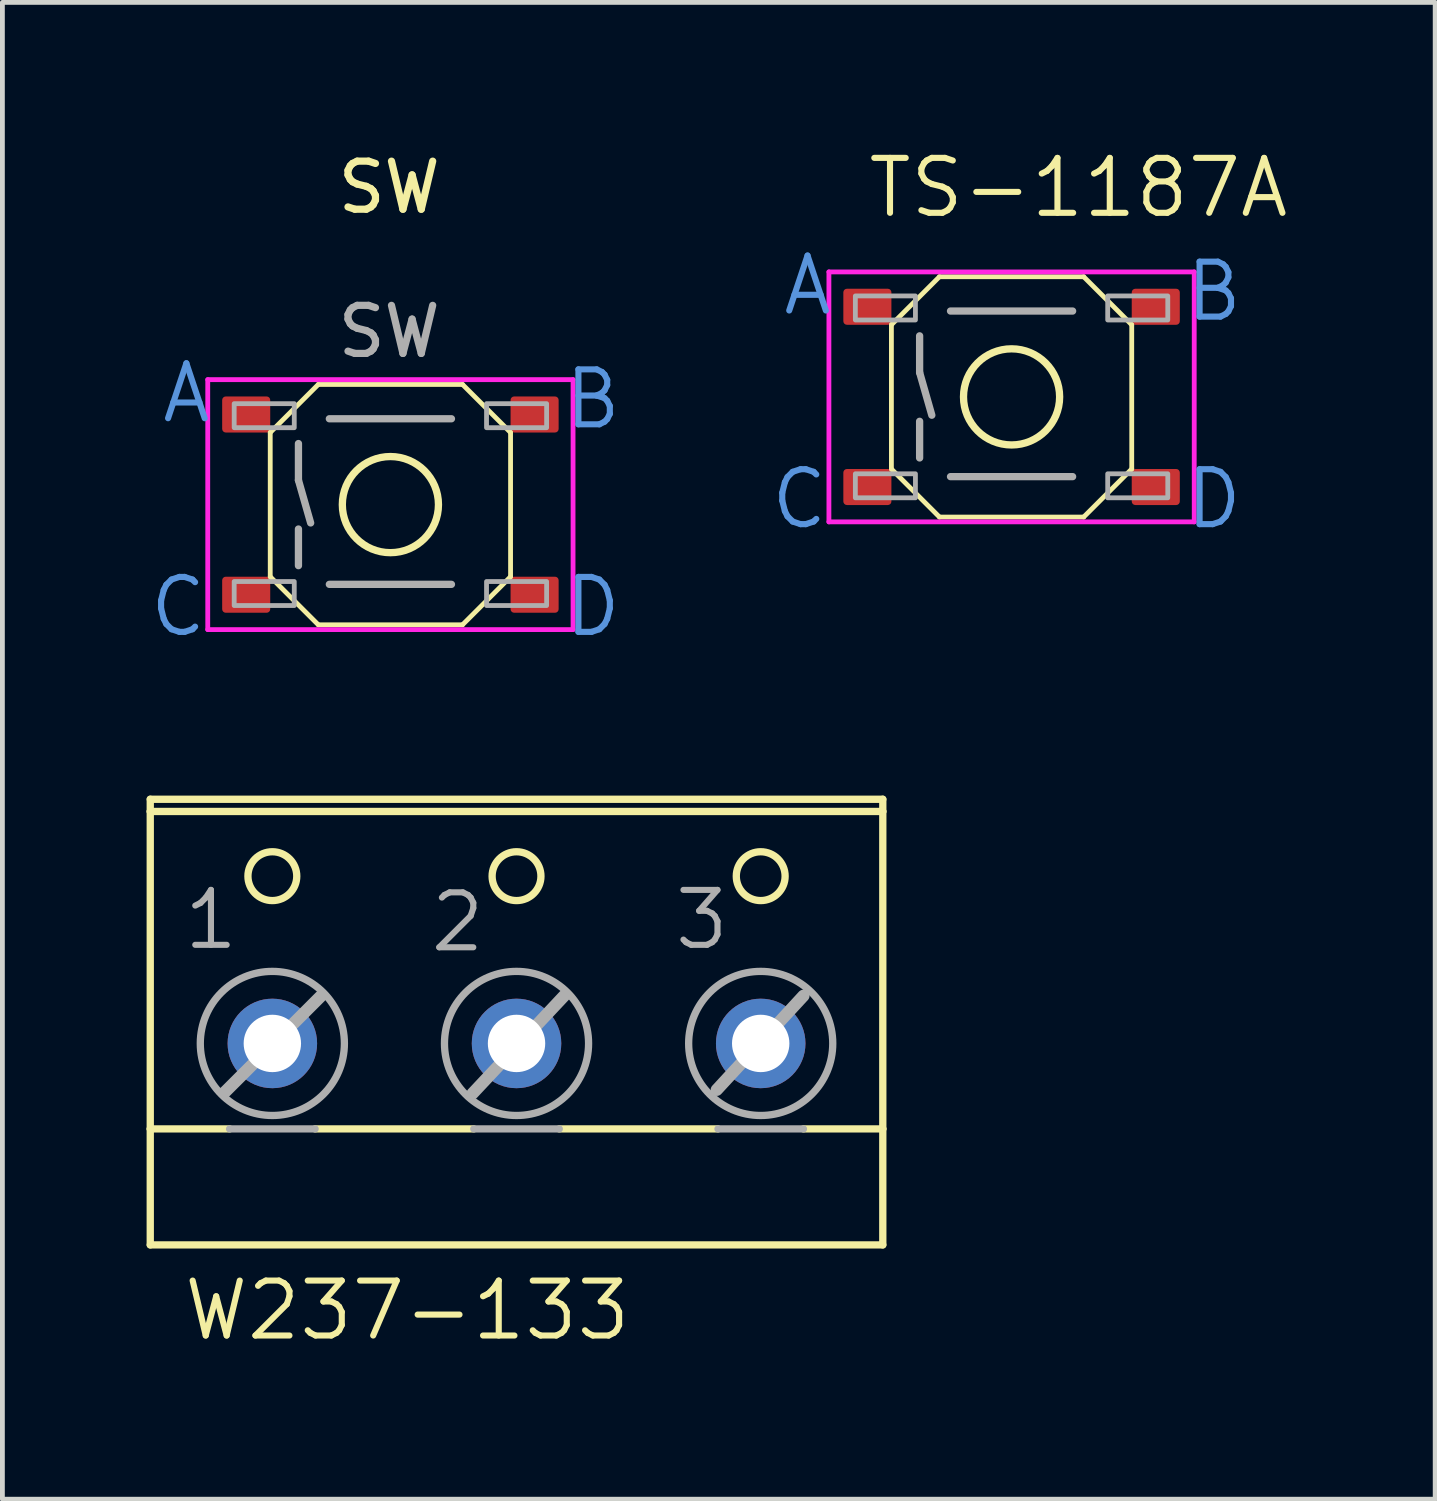
<source format=kicad_pcb>
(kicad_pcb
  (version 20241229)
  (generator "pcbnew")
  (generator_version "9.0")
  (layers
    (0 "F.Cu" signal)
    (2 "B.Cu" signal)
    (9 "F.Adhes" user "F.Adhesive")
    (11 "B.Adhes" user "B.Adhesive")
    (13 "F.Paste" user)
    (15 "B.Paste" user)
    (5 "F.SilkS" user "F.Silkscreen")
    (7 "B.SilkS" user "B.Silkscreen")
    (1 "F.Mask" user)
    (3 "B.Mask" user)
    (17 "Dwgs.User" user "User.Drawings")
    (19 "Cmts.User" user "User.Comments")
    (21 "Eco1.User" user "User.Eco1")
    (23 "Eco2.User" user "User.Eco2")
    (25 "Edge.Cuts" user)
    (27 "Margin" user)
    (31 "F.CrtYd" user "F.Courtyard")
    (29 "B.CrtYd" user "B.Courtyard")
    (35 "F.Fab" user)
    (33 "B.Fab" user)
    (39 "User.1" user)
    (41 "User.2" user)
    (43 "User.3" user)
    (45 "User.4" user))
  (footprint "TS-1187A"
    (layer "F.Cu")
    (at 17.995 5.207)
    (property "Reference" "TS-1187A" (at -3.048 -3.683 0) (layer "F.SilkS") (effects (font (size 1.143 1.143) (thickness 0.127)) (justify left bottom)))
    (fp_line (start -2.5 -1.5) (end -2.5 1.5) (stroke (width 0.1) (type solid)) (layer "F.SilkS"))
    (fp_line (start -2.5 -1.5) (end -1.5 -2.5) (stroke (width 0.1) (type solid)) (layer "F.SilkS"))
    (fp_line (start -2.5 1.5) (end -1.5 2.5) (stroke (width 0.1) (type solid)) (layer "F.SilkS"))
    (fp_line (start 1.5 -2.5) (end -1.5 -2.5) (stroke (width 0.1) (type solid)) (layer "F.SilkS"))
    (fp_line (start 1.5 -2.5) (end 2.5 -1.5) (stroke (width 0.1) (type solid)) (layer "F.SilkS"))
    (fp_line (start 1.5 2.5) (end -1.5 2.5) (stroke (width 0.1) (type solid)) (layer "F.SilkS"))
    (fp_line (start 1.5 2.5) (end 2.5 1.5) (stroke (width 0.1) (type solid)) (layer "F.SilkS"))
    (fp_line (start 2.5 -1.5) (end 2.5 1.5) (stroke (width 0.1) (type solid)) (layer "F.SilkS"))
    (fp_circle (center 0 0) (end 1 0) (stroke (width 0.152) (type solid)) (fill no) (layer "F.SilkS"))
    (fp_line (start -3.8 -2.6) (end -3.8 2.6) (stroke (width 0.1) (type solid)) (layer "F.CrtYd"))
    (fp_line (start -3.8 2.6) (end 3.8 2.6) (stroke (width 0.1) (type solid)) (layer "F.CrtYd"))
    (fp_line (start 3.8 -2.6) (end -3.8 -2.6) (stroke (width 0.1) (type solid)) (layer "F.CrtYd"))
    (fp_line (start 3.8 2.6) (end 3.8 -2.6) (stroke (width 0.1) (type solid)) (layer "F.CrtYd"))
    (fp_line (start -1.913 -1.27) (end -1.913 -0.508) (stroke (width 0.152) (type solid)) (layer "F.Fab"))
    (fp_line (start -1.913 -0.508) (end -1.659 0.381) (stroke (width 0.152) (type solid)) (layer "F.Fab"))
    (fp_line (start -1.913 0.508) (end -1.913 1.27) (stroke (width 0.152) (type solid)) (layer "F.Fab"))
    (fp_line (start -1.27 1.659) (end 1.27 1.659) (stroke (width 0.152) (type solid)) (layer "F.Fab"))
    (fp_line (start 1.27 -1.786) (end -1.27 -1.786) (stroke (width 0.152) (type solid)) (layer "F.Fab"))
    (fp_poly (pts (xy -3.25 -1.6) (xy -2 -1.6) (xy -2 -2.1) (xy -3.25 -2.1)) (stroke (width 0.1) (type solid)) (fill no) (layer "F.Fab"))
    (fp_poly (pts (xy -2 1.6) (xy -3.25 1.6) (xy -3.25 2.1) (xy -2 2.1)) (stroke (width 0.1) (type solid)) (fill no) (layer "F.Fab"))
    (fp_poly (pts (xy 2 -1.6) (xy 3.25 -1.6) (xy 3.25 -2.1) (xy 2 -2.1)) (stroke (width 0.1) (type solid)) (fill no) (layer "F.Fab"))
    (fp_poly (pts (xy 3.25 1.6) (xy 2 1.6) (xy 2 2.1) (xy 3.25 2.1)) (stroke (width 0.1) (type solid)) (fill no) (layer "F.Fab"))
    (fp_text user "D" (at 3.556 2.794 0) (layer "Cmts.User") (effects (font (size 1.143 1.143) (thickness 0.127)) (justify left bottom)))
    (fp_text user "B" (at 3.556 -1.524 0) (layer "Cmts.User") (effects (font (size 1.143 1.143) (thickness 0.127)) (justify left bottom)))
    (fp_text user "C" (at -5.072 2.794 0) (layer "Cmts.User") (effects (font (size 1.143 1.143) (thickness 0.127)) (justify left bottom)))
    (fp_text user "A" (at -4.818 -1.651 0) (layer "Cmts.User") (effects (font (size 1.143 1.143) (thickness 0.127)) (justify left bottom)))
    (pad "A" smd roundrect (at -3 -1.875) (size 1 0.75) (layers "F.Cu" "F.Mask" "F.Paste") (roundrect_rratio 0.1))
    (pad "B" smd roundrect (at 3 -1.875) (size 1 0.75) (layers "F.Cu" "F.Mask" "F.Paste") (roundrect_rratio 0.1))
    (pad "C" smd roundrect (at -3 1.875) (size 1 0.75) (layers "F.Cu" "F.Mask" "F.Paste") (roundrect_rratio 0.1))
    (pad "D" smd roundrect (at 3 1.875) (size 1 0.75) (layers "F.Cu" "F.Mask" "F.Paste") (roundrect_rratio 0.1)))
  (footprint "SW"
    (layer "F.Cu")
    (at 5.072 7.448)
    (property "Reference" "SW" (at -0.025 -6.6 0) (unlocked yes) (layer "F.SilkS") (effects (font (size 1 1) (thickness 0.15))))
    (attr smd)
    (fp_line (start -2.5 -1.5) (end -2.5 1.5) (stroke (width 0.1) (type solid)) (layer "F.SilkS"))
    (fp_line (start -2.5 -1.5) (end -1.5 -2.5) (stroke (width 0.1) (type solid)) (layer "F.SilkS"))
    (fp_line (start -2.5 1.5) (end -1.5 2.5) (stroke (width 0.1) (type solid)) (layer "F.SilkS"))
    (fp_line (start 1.5 -2.5) (end -1.5 -2.5) (stroke (width 0.1) (type solid)) (layer "F.SilkS"))
    (fp_line (start 1.5 -2.5) (end 2.5 -1.5) (stroke (width 0.1) (type solid)) (layer "F.SilkS"))
    (fp_line (start 1.5 2.5) (end -1.5 2.5) (stroke (width 0.1) (type solid)) (layer "F.SilkS"))
    (fp_line (start 1.5 2.5) (end 2.5 1.5) (stroke (width 0.1) (type solid)) (layer "F.SilkS"))
    (fp_line (start 2.5 -1.5) (end 2.5 1.5) (stroke (width 0.1) (type solid)) (layer "F.SilkS"))
    (fp_circle (center 0 0) (end 1 0) (stroke (width 0.152) (type solid)) (fill no) (layer "F.SilkS"))
    (fp_line (start -3.8 -2.6) (end -3.8 2.6) (stroke (width 0.1) (type solid)) (layer "F.CrtYd"))
    (fp_line (start -3.8 2.6) (end 3.8 2.6) (stroke (width 0.1) (type solid)) (layer "F.CrtYd"))
    (fp_line (start 3.8 -2.6) (end -3.8 -2.6) (stroke (width 0.1) (type solid)) (layer "F.CrtYd"))
    (fp_line (start 3.8 2.6) (end 3.8 -2.6) (stroke (width 0.1) (type solid)) (layer "F.CrtYd"))
    (fp_line (start -1.913 -1.27) (end -1.913 -0.508) (stroke (width 0.152) (type solid)) (layer "F.Fab"))
    (fp_line (start -1.913 -0.508) (end -1.659 0.381) (stroke (width 0.152) (type solid)) (layer "F.Fab"))
    (fp_line (start -1.913 0.508) (end -1.913 1.27) (stroke (width 0.152) (type solid)) (layer "F.Fab"))
    (fp_line (start -1.27 1.659) (end 1.27 1.659) (stroke (width 0.152) (type solid)) (layer "F.Fab"))
    (fp_line (start 1.27 -1.786) (end -1.27 -1.786) (stroke (width 0.152) (type solid)) (layer "F.Fab"))
    (fp_poly (pts (xy -3.25 -1.6) (xy -2 -1.6) (xy -2 -2.1) (xy -3.25 -2.1)) (stroke (width 0.1) (type solid)) (fill no) (layer "F.Fab"))
    (fp_poly (pts (xy -2 1.6) (xy -3.25 1.6) (xy -3.25 2.1) (xy -2 2.1)) (stroke (width 0.1) (type solid)) (fill no) (layer "F.Fab"))
    (fp_poly (pts (xy 2 -1.6) (xy 3.25 -1.6) (xy 3.25 -2.1) (xy 2 -2.1)) (stroke (width 0.1) (type solid)) (fill no) (layer "F.Fab"))
    (fp_poly (pts (xy 3.25 1.6) (xy 2 1.6) (xy 2 2.1) (xy 3.25 2.1)) (stroke (width 0.1) (type solid)) (fill no) (layer "F.Fab"))
    (fp_text user "A" (at -4.818 -1.651 0) (layer "Cmts.User") (effects (font (size 1.143 1.143) (thickness 0.127)) (justify left bottom)))
    (fp_text user "C" (at -5.072 2.794 0) (layer "Cmts.User") (effects (font (size 1.143 1.143) (thickness 0.127)) (justify left bottom)))
    (fp_text user "D" (at 3.556 2.794 0) (layer "Cmts.User") (effects (font (size 1.143 1.143) (thickness 0.127)) (justify left bottom)))
    (fp_text user "B" (at 3.556 -1.524 0) (layer "Cmts.User") (effects (font (size 1.143 1.143) (thickness 0.127)) (justify left bottom)))
    (fp_text user "${REFERENCE}" (at -0.025 -3.6 0) (unlocked yes) (layer "F.Fab") (effects (font (size 1 1) (thickness 0.15))))
    (pad "1" smd roundrect (at -3 -1.875) (size 1 0.75) (layers "F.Cu" "F.Mask" "F.Paste") (roundrect_rratio 0.1))
    (pad "1" smd roundrect (at 3 -1.875) (size 1 0.75) (layers "F.Cu" "F.Mask" "F.Paste") (roundrect_rratio 0.1))
    (pad "2" smd roundrect (at -3 1.875) (size 1 0.75) (layers "F.Cu" "F.Mask" "F.Paste") (roundrect_rratio 0.1))
    (pad "2" smd roundrect (at 3 1.875) (size 1 0.75) (layers "F.Cu" "F.Mask" "F.Paste") (roundrect_rratio 0.1)))
  (footprint "W237-133"
    (layer "F.Cu")
    (at 7.696 18.023)
    (property "Reference" "W237-133" (at -6.985 6.858 0) (layer "F.SilkS") (effects (font (size 1.143 1.143) (thickness 0.127)) (justify left bottom)))
    (fp_line (start -7.62 -4.445) (end 7.62 -4.445) (stroke (width 0.152) (type solid)) (layer "F.SilkS"))
    (fp_line (start -7.62 -4.191) (end -7.62 -4.445) (stroke (width 0.152) (type solid)) (layer "F.SilkS"))
    (fp_line (start -7.62 2.413) (end -7.62 -4.191) (stroke (width 0.152) (type solid)) (layer "F.SilkS"))
    (fp_line (start -7.62 2.413) (end -5.969 2.413) (stroke (width 0.152) (type solid)) (layer "F.SilkS"))
    (fp_line (start -7.62 4.826) (end -7.62 2.413) (stroke (width 0.152) (type solid)) (layer "F.SilkS"))
    (fp_line (start -7.62 4.826) (end 7.62 4.826) (stroke (width 0.152) (type solid)) (layer "F.SilkS"))
    (fp_line (start -4.191 2.413) (end -0.889 2.413) (stroke (width 0.152) (type solid)) (layer "F.SilkS"))
    (fp_line (start 0.889 2.413) (end 4.191 2.413) (stroke (width 0.152) (type solid)) (layer "F.SilkS"))
    (fp_line (start 5.969 2.413) (end 7.62 2.413) (stroke (width 0.152) (type solid)) (layer "F.SilkS"))
    (fp_line (start 7.62 -4.191) (end -7.62 -4.191) (stroke (width 0.152) (type solid)) (layer "F.SilkS"))
    (fp_line (start 7.62 -4.191) (end 7.62 -4.445) (stroke (width 0.152) (type solid)) (layer "F.SilkS"))
    (fp_line (start 7.62 -4.191) (end 7.62 2.413) (stroke (width 0.152) (type solid)) (layer "F.SilkS"))
    (fp_line (start 7.62 2.413) (end 7.62 4.826) (stroke (width 0.152) (type solid)) (layer "F.SilkS"))
    (fp_circle (center -5.08 -2.845) (end -4.572 -2.845) (stroke (width 0.152) (type solid)) (fill no) (layer "F.SilkS"))
    (fp_circle (center 0 -2.845) (end 0.508 -2.845) (stroke (width 0.152) (type solid)) (fill no) (layer "F.SilkS"))
    (fp_circle (center 5.08 -2.845) (end 5.588 -2.845) (stroke (width 0.152) (type solid)) (fill no) (layer "F.SilkS"))
    (fp_line (start -6.071 1.651) (end -4.064 -0.356) (stroke (width 0.254) (type solid)) (layer "F.Fab"))
    (fp_line (start -5.969 2.413) (end -4.191 2.413) (stroke (width 0.152) (type solid)) (layer "F.Fab"))
    (fp_line (start -0.914 1.676) (end 0.991 -0.356) (stroke (width 0.254) (type solid)) (layer "F.Fab"))
    (fp_line (start -0.889 2.413) (end 0.889 2.413) (stroke (width 0.152) (type solid)) (layer "F.Fab"))
    (fp_line (start 4.166 1.6) (end 5.969 -0.356) (stroke (width 0.254) (type solid)) (layer "F.Fab"))
    (fp_line (start 4.191 2.413) (end 5.969 2.413) (stroke (width 0.152) (type solid)) (layer "F.Fab"))
    (fp_circle (center -5.08 0.635) (end -3.581 0.635) (stroke (width 0.152) (type solid)) (fill no) (layer "F.Fab"))
    (fp_circle (center 0 0.635) (end 1.499 0.635) (stroke (width 0.152) (type solid)) (fill no) (layer "F.Fab"))
    (fp_circle (center 5.08 0.635) (end 6.579 0.635) (stroke (width 0.152) (type solid)) (fill no) (layer "F.Fab"))
    (fp_text user "1" (at -6.985 -1.27 0) (layer "F.Fab") (effects (font (size 1.143 1.143) (thickness 0.127)) (justify left bottom)))
    (fp_text user "3" (at 3.226 -1.27 0) (layer "F.Fab") (effects (font (size 1.143 1.143) (thickness 0.127)) (justify left bottom)))
    (fp_text user "2" (at -1.854 -1.219 0) (layer "F.Fab") (effects (font (size 1.143 1.143) (thickness 0.127)) (justify left bottom)))
    (pad "1" thru_hole circle (at -5.08 0.635 90) (size 1.862 1.862) (drill 1.194) (layers "*.Cu" "*.Mask"))
    (pad "2" thru_hole circle (at 0 0.635 90) (size 1.862 1.862) (drill 1.194) (layers "*.Cu" "*.Mask"))
    (pad "3" thru_hole circle (at 5.08 0.635 90) (size 1.862 1.862) (drill 1.194) (layers "*.Cu" "*.Mask")))
  (gr_rect
    (start -3 -3)
    (end 26.808 28.14)
    (stroke (width 0.1) (type default))
    (fill no)
    (layer "Edge.Cuts")))
</source>
